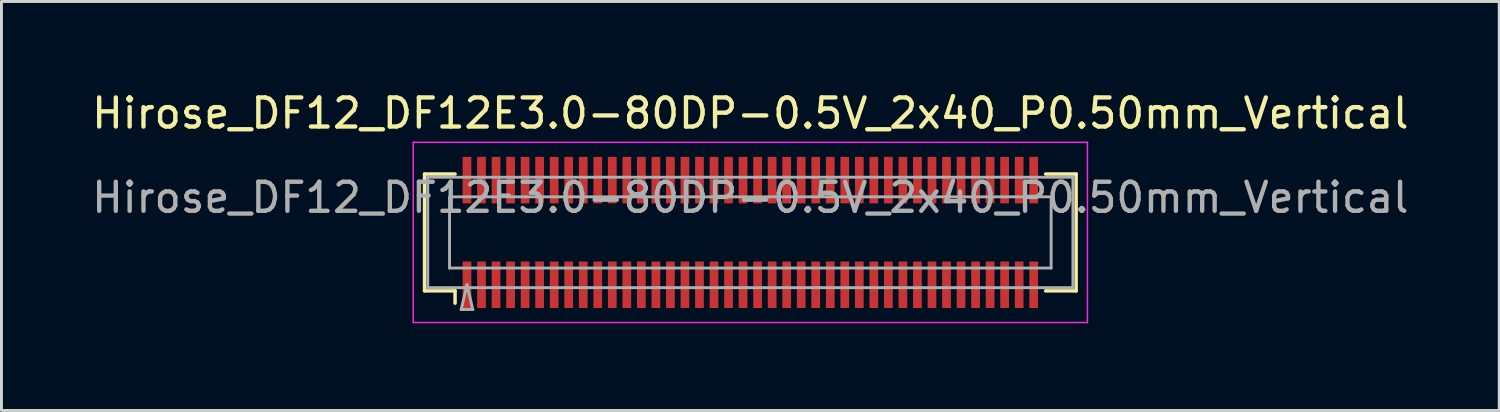
<source format=kicad_pcb>
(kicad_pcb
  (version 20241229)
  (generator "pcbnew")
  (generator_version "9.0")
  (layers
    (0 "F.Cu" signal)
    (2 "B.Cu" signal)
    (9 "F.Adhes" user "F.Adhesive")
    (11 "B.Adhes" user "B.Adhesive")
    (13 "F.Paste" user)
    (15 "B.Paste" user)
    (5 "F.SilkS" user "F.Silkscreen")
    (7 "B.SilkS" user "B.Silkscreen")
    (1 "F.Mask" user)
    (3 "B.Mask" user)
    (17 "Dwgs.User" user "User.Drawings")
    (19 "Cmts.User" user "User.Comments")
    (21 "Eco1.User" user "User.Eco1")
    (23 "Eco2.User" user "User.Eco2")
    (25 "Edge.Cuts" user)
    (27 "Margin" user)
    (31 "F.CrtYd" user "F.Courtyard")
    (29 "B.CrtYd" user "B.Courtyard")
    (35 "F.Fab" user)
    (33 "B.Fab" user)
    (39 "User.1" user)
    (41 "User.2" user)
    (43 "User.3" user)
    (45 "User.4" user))
  (footprint "Hirose_DF12_DF12E3.0-80DP-0.5V_2x40_P0.50mm_Vertical"
    (layer "F.Cu")
    (at 22.768 4.948)
    (property "Reference" "Hirose_DF12_DF12E3.0-80DP-0.5V_2x40_P0.50mm_Vertical" (at 0 -4.1 0) (layer "F.SilkS") (effects (font (size 1 1) (thickness 0.15))))
    (attr smd)
    (fp_line (start -11.21 -2.01) (end -10.16 -2.01) (stroke (width 0.12) (type solid)) (layer "F.SilkS"))
    (fp_line (start -11.21 2.01) (end -11.21 -2.01) (stroke (width 0.12) (type solid)) (layer "F.SilkS"))
    (fp_line (start -10.16 2.01) (end -11.21 2.01) (stroke (width 0.12) (type solid)) (layer "F.SilkS"))
    (fp_line (start -10.16 2.433) (end -10.16 2.01) (stroke (width 0.12) (type solid)) (layer "F.SilkS"))
    (fp_line (start 10.16 2.01) (end 11.21 2.01) (stroke (width 0.12) (type solid)) (layer "F.SilkS"))
    (fp_line (start 11.21 -2.01) (end 10.16 -2.01) (stroke (width 0.12) (type solid)) (layer "F.SilkS"))
    (fp_line (start 11.21 2.01) (end 11.21 -2.01) (stroke (width 0.12) (type solid)) (layer "F.SilkS"))
    (fp_line (start -11.6 -3.1) (end -11.6 3.1) (stroke (width 0.05) (type solid)) (layer "F.CrtYd"))
    (fp_line (start -11.6 3.1) (end 11.6 3.1) (stroke (width 0.05) (type solid)) (layer "F.CrtYd"))
    (fp_line (start 11.6 -3.1) (end -11.6 -3.1) (stroke (width 0.05) (type solid)) (layer "F.CrtYd"))
    (fp_line (start 11.6 3.1) (end 11.6 -3.1) (stroke (width 0.05) (type solid)) (layer "F.CrtYd"))
    (fp_line (start -11.1 -1.9) (end 11.1 -1.9) (stroke (width 0.1) (type solid)) (layer "F.Fab"))
    (fp_line (start -11.1 1.9) (end -11.1 -1.9) (stroke (width 0.1) (type solid)) (layer "F.Fab"))
    (fp_line (start -10.35 -1.225) (end 10.35 -1.225) (stroke (width 0.1) (type solid)) (layer "F.Fab"))
    (fp_line (start -10.35 1.225) (end -10.35 -1.225) (stroke (width 0.1) (type solid)) (layer "F.Fab"))
    (fp_line (start -9.95 2.65) (end -9.75 1.8) (stroke (width 0.1) (type solid)) (layer "F.Fab"))
    (fp_line (start -9.75 1.8) (end -9.55 2.65) (stroke (width 0.1) (type solid)) (layer "F.Fab"))
    (fp_line (start -9.55 2.65) (end -9.95 2.65) (stroke (width 0.1) (type solid)) (layer "F.Fab"))
    (fp_line (start 10.35 -1.225) (end 10.35 1.225) (stroke (width 0.1) (type solid)) (layer "F.Fab"))
    (fp_line (start 10.35 1.225) (end -10.35 1.225) (stroke (width 0.1) (type solid)) (layer "F.Fab"))
    (fp_line (start 11.1 -1.9) (end 11.1 1.9) (stroke (width 0.1) (type solid)) (layer "F.Fab"))
    (fp_line (start 11.1 1.9) (end -11.1 1.9) (stroke (width 0.1) (type solid)) (layer "F.Fab"))
    (fp_text user "${REFERENCE}" (at 0 -1.2 0) (layer "F.Fab") (effects (font (size 1 1) (thickness 0.15))))
    (pad "" smd rect (at -9.75 -2) (size 0.28 1.2) (layers "F.Paste"))
    (pad "" smd rect (at -9.75 2) (size 0.28 1.2) (layers "F.Paste"))
    (pad "" smd rect (at -9.25 -2) (size 0.28 1.2) (layers "F.Paste"))
    (pad "" smd rect (at -9.25 2) (size 0.28 1.2) (layers "F.Paste"))
    (pad "" smd rect (at -8.75 -2) (size 0.28 1.2) (layers "F.Paste"))
    (pad "" smd rect (at -8.75 2) (size 0.28 1.2) (layers "F.Paste"))
    (pad "" smd rect (at -8.25 -2) (size 0.28 1.2) (layers "F.Paste"))
    (pad "" smd rect (at -8.25 2) (size 0.28 1.2) (layers "F.Paste"))
    (pad "" smd rect (at -7.75 -2) (size 0.28 1.2) (layers "F.Paste"))
    (pad "" smd rect (at -7.75 2) (size 0.28 1.2) (layers "F.Paste"))
    (pad "" smd rect (at -7.25 -2) (size 0.28 1.2) (layers "F.Paste"))
    (pad "" smd rect (at -7.25 2) (size 0.28 1.2) (layers "F.Paste"))
    (pad "" smd rect (at -6.75 -2) (size 0.28 1.2) (layers "F.Paste"))
    (pad "" smd rect (at -6.75 2) (size 0.28 1.2) (layers "F.Paste"))
    (pad "" smd rect (at -6.25 -2) (size 0.28 1.2) (layers "F.Paste"))
    (pad "" smd rect (at -6.25 2) (size 0.28 1.2) (layers "F.Paste"))
    (pad "" smd rect (at -5.75 -2) (size 0.28 1.2) (layers "F.Paste"))
    (pad "" smd rect (at -5.75 2) (size 0.28 1.2) (layers "F.Paste"))
    (pad "" smd rect (at -5.25 -2) (size 0.28 1.2) (layers "F.Paste"))
    (pad "" smd rect (at -5.25 2) (size 0.28 1.2) (layers "F.Paste"))
    (pad "" smd rect (at -4.75 -2) (size 0.28 1.2) (layers "F.Paste"))
    (pad "" smd rect (at -4.75 2) (size 0.28 1.2) (layers "F.Paste"))
    (pad "" smd rect (at -4.25 -2) (size 0.28 1.2) (layers "F.Paste"))
    (pad "" smd rect (at -4.25 2) (size 0.28 1.2) (layers "F.Paste"))
    (pad "" smd rect (at -3.75 -2) (size 0.28 1.2) (layers "F.Paste"))
    (pad "" smd rect (at -3.75 2) (size 0.28 1.2) (layers "F.Paste"))
    (pad "" smd rect (at -3.25 -2) (size 0.28 1.2) (layers "F.Paste"))
    (pad "" smd rect (at -3.25 2) (size 0.28 1.2) (layers "F.Paste"))
    (pad "" smd rect (at -2.75 -2) (size 0.28 1.2) (layers "F.Paste"))
    (pad "" smd rect (at -2.75 2) (size 0.28 1.2) (layers "F.Paste"))
    (pad "" smd rect (at -2.25 -2) (size 0.28 1.2) (layers "F.Paste"))
    (pad "" smd rect (at -2.25 2) (size 0.28 1.2) (layers "F.Paste"))
    (pad "" smd rect (at -1.75 -2) (size 0.28 1.2) (layers "F.Paste"))
    (pad "" smd rect (at -1.75 2) (size 0.28 1.2) (layers "F.Paste"))
    (pad "" smd rect (at -1.25 -2) (size 0.28 1.2) (layers "F.Paste"))
    (pad "" smd rect (at -1.25 2) (size 0.28 1.2) (layers "F.Paste"))
    (pad "" smd rect (at -0.75 -2) (size 0.28 1.2) (layers "F.Paste"))
    (pad "" smd rect (at -0.75 2) (size 0.28 1.2) (layers "F.Paste"))
    (pad "" smd rect (at -0.25 -2) (size 0.28 1.2) (layers "F.Paste"))
    (pad "" smd rect (at -0.25 2) (size 0.28 1.2) (layers "F.Paste"))
    (pad "" smd rect (at 0.25 -2) (size 0.28 1.2) (layers "F.Paste"))
    (pad "" smd rect (at 0.25 2) (size 0.28 1.2) (layers "F.Paste"))
    (pad "" smd rect (at 0.75 -2) (size 0.28 1.2) (layers "F.Paste"))
    (pad "" smd rect (at 0.75 2) (size 0.28 1.2) (layers "F.Paste"))
    (pad "" smd rect (at 1.25 -2) (size 0.28 1.2) (layers "F.Paste"))
    (pad "" smd rect (at 1.25 2) (size 0.28 1.2) (layers "F.Paste"))
    (pad "" smd rect (at 1.75 -2) (size 0.28 1.2) (layers "F.Paste"))
    (pad "" smd rect (at 1.75 2) (size 0.28 1.2) (layers "F.Paste"))
    (pad "" smd rect (at 2.25 -2) (size 0.28 1.2) (layers "F.Paste"))
    (pad "" smd rect (at 2.25 2) (size 0.28 1.2) (layers "F.Paste"))
    (pad "" smd rect (at 2.75 -2) (size 0.28 1.2) (layers "F.Paste"))
    (pad "" smd rect (at 2.75 2) (size 0.28 1.2) (layers "F.Paste"))
    (pad "" smd rect (at 3.25 -2) (size 0.28 1.2) (layers "F.Paste"))
    (pad "" smd rect (at 3.25 2) (size 0.28 1.2) (layers "F.Paste"))
    (pad "" smd rect (at 3.75 -2) (size 0.28 1.2) (layers "F.Paste"))
    (pad "" smd rect (at 3.75 2) (size 0.28 1.2) (layers "F.Paste"))
    (pad "" smd rect (at 4.25 -2) (size 0.28 1.2) (layers "F.Paste"))
    (pad "" smd rect (at 4.25 2) (size 0.28 1.2) (layers "F.Paste"))
    (pad "" smd rect (at 4.75 -2) (size 0.28 1.2) (layers "F.Paste"))
    (pad "" smd rect (at 4.75 2) (size 0.28 1.2) (layers "F.Paste"))
    (pad "" smd rect (at 5.25 -2) (size 0.28 1.2) (layers "F.Paste"))
    (pad "" smd rect (at 5.25 2) (size 0.28 1.2) (layers "F.Paste"))
    (pad "" smd rect (at 5.75 -2) (size 0.28 1.2) (layers "F.Paste"))
    (pad "" smd rect (at 5.75 2) (size 0.28 1.2) (layers "F.Paste"))
    (pad "" smd rect (at 6.25 -2) (size 0.28 1.2) (layers "F.Paste"))
    (pad "" smd rect (at 6.25 2) (size 0.28 1.2) (layers "F.Paste"))
    (pad "" smd rect (at 6.75 -2) (size 0.28 1.2) (layers "F.Paste"))
    (pad "" smd rect (at 6.75 2) (size 0.28 1.2) (layers "F.Paste"))
    (pad "" smd rect (at 7.25 -2) (size 0.28 1.2) (layers "F.Paste"))
    (pad "" smd rect (at 7.25 2) (size 0.28 1.2) (layers "F.Paste"))
    (pad "" smd rect (at 7.75 -2) (size 0.28 1.2) (layers "F.Paste"))
    (pad "" smd rect (at 7.75 2) (size 0.28 1.2) (layers "F.Paste"))
    (pad "" smd rect (at 8.25 -2) (size 0.28 1.2) (layers "F.Paste"))
    (pad "" smd rect (at 8.25 2) (size 0.28 1.2) (layers "F.Paste"))
    (pad "" smd rect (at 8.75 -2) (size 0.28 1.2) (layers "F.Paste"))
    (pad "" smd rect (at 8.75 2) (size 0.28 1.2) (layers "F.Paste"))
    (pad "" smd rect (at 9.25 -2) (size 0.28 1.2) (layers "F.Paste"))
    (pad "" smd rect (at 9.25 2) (size 0.28 1.2) (layers "F.Paste"))
    (pad "" smd rect (at 9.75 -2) (size 0.28 1.2) (layers "F.Paste"))
    (pad "" smd rect (at 9.75 2) (size 0.28 1.2) (layers "F.Paste"))
    (pad "1" smd rect (at -9.75 1.8) (size 0.3 1.6) (layers "F.Cu" "F.Mask"))
    (pad "2" smd rect (at -9.25 1.8) (size 0.3 1.6) (layers "F.Cu" "F.Mask"))
    (pad "3" smd rect (at -8.75 1.8) (size 0.3 1.6) (layers "F.Cu" "F.Mask"))
    (pad "4" smd rect (at -8.25 1.8) (size 0.3 1.6) (layers "F.Cu" "F.Mask"))
    (pad "5" smd rect (at -7.75 1.8) (size 0.3 1.6) (layers "F.Cu" "F.Mask"))
    (pad "6" smd rect (at -7.25 1.8) (size 0.3 1.6) (layers "F.Cu" "F.Mask"))
    (pad "7" smd rect (at -6.75 1.8) (size 0.3 1.6) (layers "F.Cu" "F.Mask"))
    (pad "8" smd rect (at -6.25 1.8) (size 0.3 1.6) (layers "F.Cu" "F.Mask"))
    (pad "9" smd rect (at -5.75 1.8) (size 0.3 1.6) (layers "F.Cu" "F.Mask"))
    (pad "10" smd rect (at -5.25 1.8) (size 0.3 1.6) (layers "F.Cu" "F.Mask"))
    (pad "11" smd rect (at -4.75 1.8) (size 0.3 1.6) (layers "F.Cu" "F.Mask"))
    (pad "12" smd rect (at -4.25 1.8) (size 0.3 1.6) (layers "F.Cu" "F.Mask"))
    (pad "13" smd rect (at -3.75 1.8) (size 0.3 1.6) (layers "F.Cu" "F.Mask"))
    (pad "14" smd rect (at -3.25 1.8) (size 0.3 1.6) (layers "F.Cu" "F.Mask"))
    (pad "15" smd rect (at -2.75 1.8) (size 0.3 1.6) (layers "F.Cu" "F.Mask"))
    (pad "16" smd rect (at -2.25 1.8) (size 0.3 1.6) (layers "F.Cu" "F.Mask"))
    (pad "17" smd rect (at -1.75 1.8) (size 0.3 1.6) (layers "F.Cu" "F.Mask"))
    (pad "18" smd rect (at -1.25 1.8) (size 0.3 1.6) (layers "F.Cu" "F.Mask"))
    (pad "19" smd rect (at -0.75 1.8) (size 0.3 1.6) (layers "F.Cu" "F.Mask"))
    (pad "20" smd rect (at -0.25 1.8) (size 0.3 1.6) (layers "F.Cu" "F.Mask"))
    (pad "21" smd rect (at 0.25 1.8) (size 0.3 1.6) (layers "F.Cu" "F.Mask"))
    (pad "22" smd rect (at 0.75 1.8) (size 0.3 1.6) (layers "F.Cu" "F.Mask"))
    (pad "23" smd rect (at 1.25 1.8) (size 0.3 1.6) (layers "F.Cu" "F.Mask"))
    (pad "24" smd rect (at 1.75 1.8) (size 0.3 1.6) (layers "F.Cu" "F.Mask"))
    (pad "25" smd rect (at 2.25 1.8) (size 0.3 1.6) (layers "F.Cu" "F.Mask"))
    (pad "26" smd rect (at 2.75 1.8) (size 0.3 1.6) (layers "F.Cu" "F.Mask"))
    (pad "27" smd rect (at 3.25 1.8) (size 0.3 1.6) (layers "F.Cu" "F.Mask"))
    (pad "28" smd rect (at 3.75 1.8) (size 0.3 1.6) (layers "F.Cu" "F.Mask"))
    (pad "29" smd rect (at 4.25 1.8) (size 0.3 1.6) (layers "F.Cu" "F.Mask"))
    (pad "30" smd rect (at 4.75 1.8) (size 0.3 1.6) (layers "F.Cu" "F.Mask"))
    (pad "31" smd rect (at 5.25 1.8) (size 0.3 1.6) (layers "F.Cu" "F.Mask"))
    (pad "32" smd rect (at 5.75 1.8) (size 0.3 1.6) (layers "F.Cu" "F.Mask"))
    (pad "33" smd rect (at 6.25 1.8) (size 0.3 1.6) (layers "F.Cu" "F.Mask"))
    (pad "34" smd rect (at 6.75 1.8) (size 0.3 1.6) (layers "F.Cu" "F.Mask"))
    (pad "35" smd rect (at 7.25 1.8) (size 0.3 1.6) (layers "F.Cu" "F.Mask"))
    (pad "36" smd rect (at 7.75 1.8) (size 0.3 1.6) (layers "F.Cu" "F.Mask"))
    (pad "37" smd rect (at 8.25 1.8) (size 0.3 1.6) (layers "F.Cu" "F.Mask"))
    (pad "38" smd rect (at 8.75 1.8) (size 0.3 1.6) (layers "F.Cu" "F.Mask"))
    (pad "39" smd rect (at 9.25 1.8) (size 0.3 1.6) (layers "F.Cu" "F.Mask"))
    (pad "40" smd rect (at 9.75 1.8) (size 0.3 1.6) (layers "F.Cu" "F.Mask"))
    (pad "41" smd rect (at -9.75 -1.8) (size 0.3 1.6) (layers "F.Cu" "F.Mask"))
    (pad "42" smd rect (at -9.25 -1.8) (size 0.3 1.6) (layers "F.Cu" "F.Mask"))
    (pad "43" smd rect (at -8.75 -1.8) (size 0.3 1.6) (layers "F.Cu" "F.Mask"))
    (pad "44" smd rect (at -8.25 -1.8) (size 0.3 1.6) (layers "F.Cu" "F.Mask"))
    (pad "45" smd rect (at -7.75 -1.8) (size 0.3 1.6) (layers "F.Cu" "F.Mask"))
    (pad "46" smd rect (at -7.25 -1.8) (size 0.3 1.6) (layers "F.Cu" "F.Mask"))
    (pad "47" smd rect (at -6.75 -1.8) (size 0.3 1.6) (layers "F.Cu" "F.Mask"))
    (pad "48" smd rect (at -6.25 -1.8) (size 0.3 1.6) (layers "F.Cu" "F.Mask"))
    (pad "49" smd rect (at -5.75 -1.8) (size 0.3 1.6) (layers "F.Cu" "F.Mask"))
    (pad "50" smd rect (at -5.25 -1.8) (size 0.3 1.6) (layers "F.Cu" "F.Mask"))
    (pad "51" smd rect (at -4.75 -1.8) (size 0.3 1.6) (layers "F.Cu" "F.Mask"))
    (pad "52" smd rect (at -4.25 -1.8) (size 0.3 1.6) (layers "F.Cu" "F.Mask"))
    (pad "53" smd rect (at -3.75 -1.8) (size 0.3 1.6) (layers "F.Cu" "F.Mask"))
    (pad "54" smd rect (at -3.25 -1.8) (size 0.3 1.6) (layers "F.Cu" "F.Mask"))
    (pad "55" smd rect (at -2.75 -1.8) (size 0.3 1.6) (layers "F.Cu" "F.Mask"))
    (pad "56" smd rect (at -2.25 -1.8) (size 0.3 1.6) (layers "F.Cu" "F.Mask"))
    (pad "57" smd rect (at -1.75 -1.8) (size 0.3 1.6) (layers "F.Cu" "F.Mask"))
    (pad "58" smd rect (at -1.25 -1.8) (size 0.3 1.6) (layers "F.Cu" "F.Mask"))
    (pad "59" smd rect (at -0.75 -1.8) (size 0.3 1.6) (layers "F.Cu" "F.Mask"))
    (pad "60" smd rect (at -0.25 -1.8) (size 0.3 1.6) (layers "F.Cu" "F.Mask"))
    (pad "61" smd rect (at 0.25 -1.8) (size 0.3 1.6) (layers "F.Cu" "F.Mask"))
    (pad "62" smd rect (at 0.75 -1.8) (size 0.3 1.6) (layers "F.Cu" "F.Mask"))
    (pad "63" smd rect (at 1.25 -1.8) (size 0.3 1.6) (layers "F.Cu" "F.Mask"))
    (pad "64" smd rect (at 1.75 -1.8) (size 0.3 1.6) (layers "F.Cu" "F.Mask"))
    (pad "65" smd rect (at 2.25 -1.8) (size 0.3 1.6) (layers "F.Cu" "F.Mask"))
    (pad "66" smd rect (at 2.75 -1.8) (size 0.3 1.6) (layers "F.Cu" "F.Mask"))
    (pad "67" smd rect (at 3.25 -1.8) (size 0.3 1.6) (layers "F.Cu" "F.Mask"))
    (pad "68" smd rect (at 3.75 -1.8) (size 0.3 1.6) (layers "F.Cu" "F.Mask"))
    (pad "69" smd rect (at 4.25 -1.8) (size 0.3 1.6) (layers "F.Cu" "F.Mask"))
    (pad "70" smd rect (at 4.75 -1.8) (size 0.3 1.6) (layers "F.Cu" "F.Mask"))
    (pad "71" smd rect (at 5.25 -1.8) (size 0.3 1.6) (layers "F.Cu" "F.Mask"))
    (pad "72" smd rect (at 5.75 -1.8) (size 0.3 1.6) (layers "F.Cu" "F.Mask"))
    (pad "73" smd rect (at 6.25 -1.8) (size 0.3 1.6) (layers "F.Cu" "F.Mask"))
    (pad "74" smd rect (at 6.75 -1.8) (size 0.3 1.6) (layers "F.Cu" "F.Mask"))
    (pad "75" smd rect (at 7.25 -1.8) (size 0.3 1.6) (layers "F.Cu" "F.Mask"))
    (pad "76" smd rect (at 7.75 -1.8) (size 0.3 1.6) (layers "F.Cu" "F.Mask"))
    (pad "77" smd rect (at 8.25 -1.8) (size 0.3 1.6) (layers "F.Cu" "F.Mask"))
    (pad "78" smd rect (at 8.75 -1.8) (size 0.3 1.6) (layers "F.Cu" "F.Mask"))
    (pad "79" smd rect (at 9.25 -1.8) (size 0.3 1.6) (layers "F.Cu" "F.Mask"))
    (pad "80" smd rect (at 9.75 -1.8) (size 0.3 1.6) (layers "F.Cu" "F.Mask")))
  (gr_rect
    (start -3 -3)
    (end 48.536 11.073)
    (stroke (width 0.1) (type default))
    (fill no)
    (layer "Edge.Cuts")))
</source>
